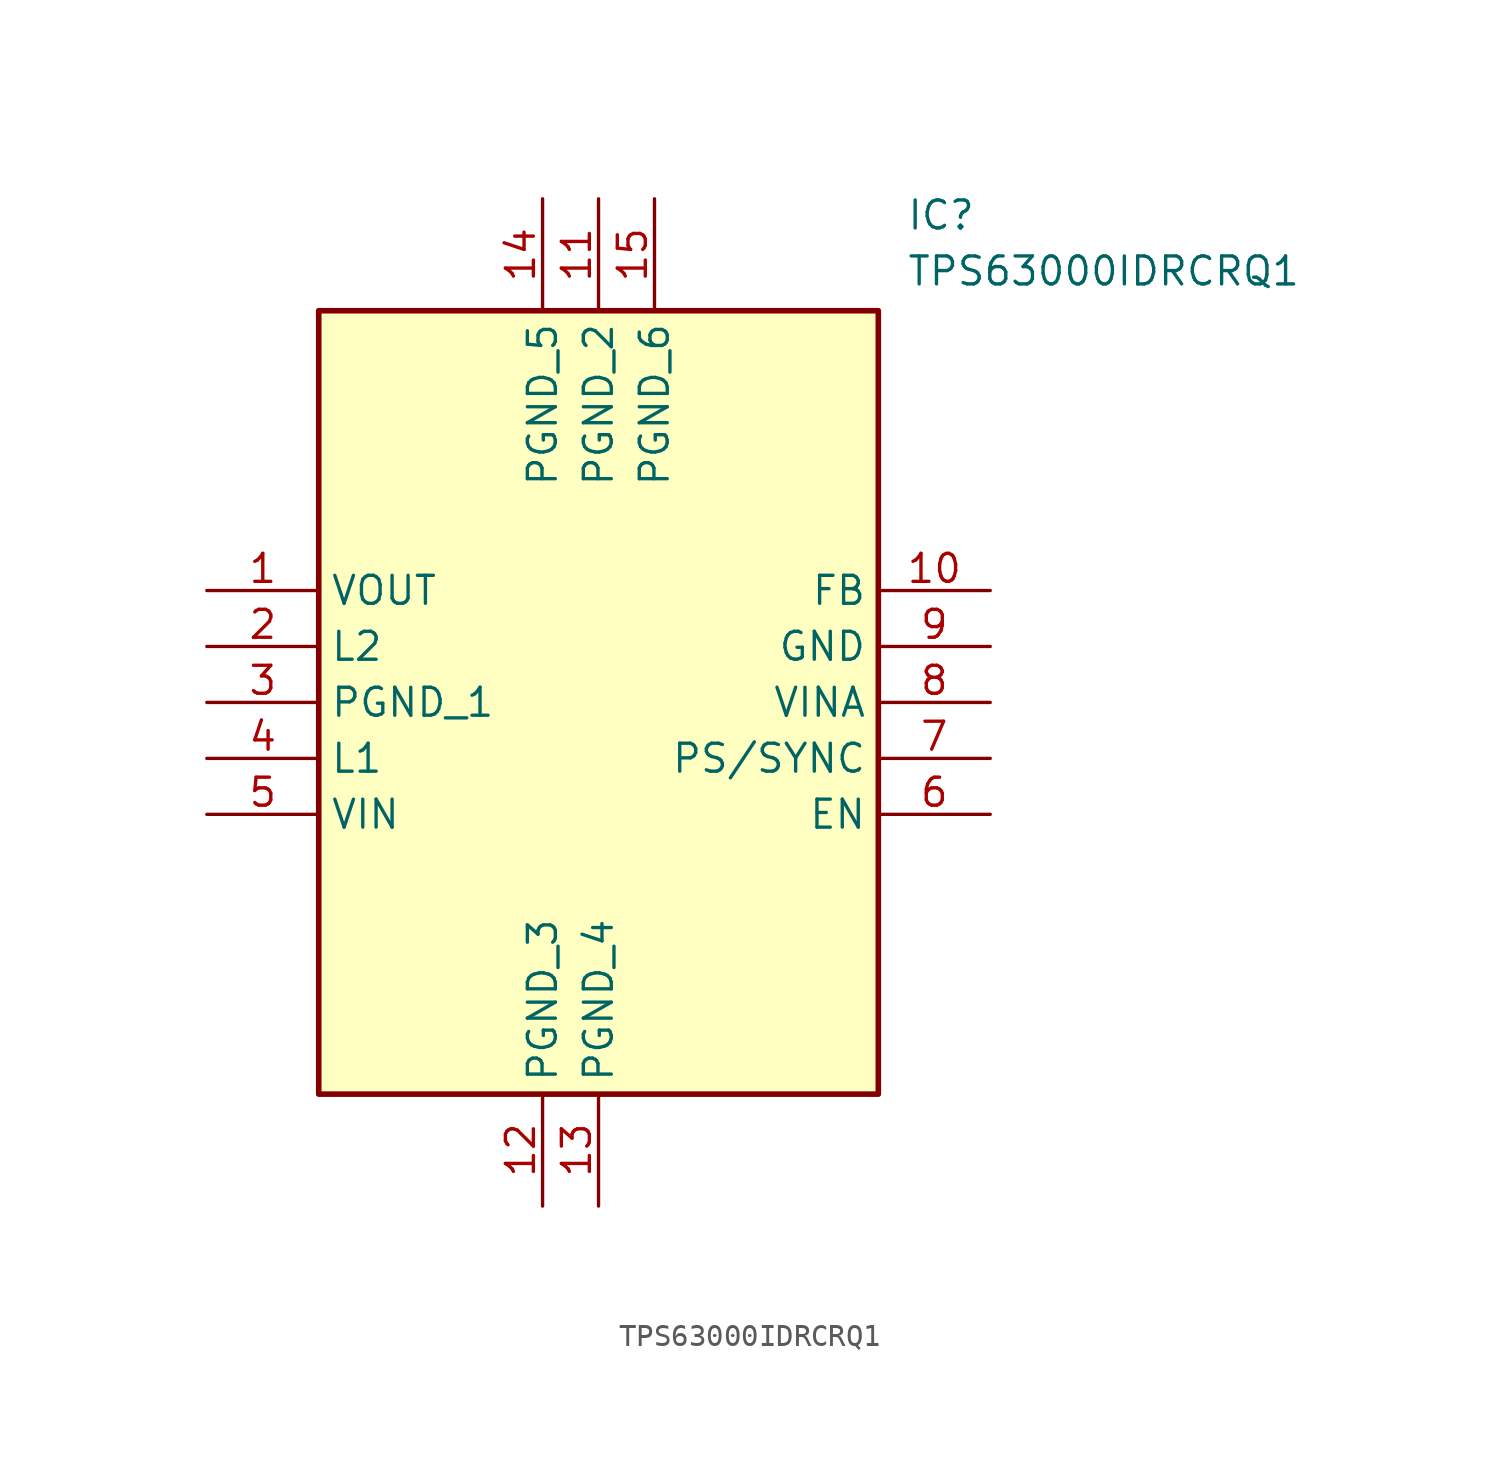
<source format=kicad_sym>
(kicad_symbol_lib
  (version 20211014)
  (generator SamacSys_ECAD_Model)
  (symbol "TPS63000IDRCRQ1"
    (property "Reference" "IC"
      (at 31.75 17.78 0)
      (effects (font (size 1.27 1.27)) (justify left top)))
    (property "Value" "TPS63000IDRCRQ1"
      (at 31.75 15.24 0)
      (effects (font (size 1.27 1.27)) (justify left top)))
    (rectangle
      (start 5.08 12.7)
      (end 30.48 -22.86)
      (stroke (width 0.254) (type default))
      (fill (type background)))
    (pin passive line
      (at 0 0 0)
      (length 5.08)
      (name "VOUT" (effects (font (size 1.27 1.27))))
      (number "1" (effects (font (size 1.27 1.27)))))
    (pin passive line
      (at 0 -2.54 0)
      (length 5.08)
      (name "L2" (effects (font (size 1.27 1.27))))
      (number "2" (effects (font (size 1.27 1.27)))))
    (pin passive line
      (at 0 -5.08 0)
      (length 5.08)
      (name "PGND_1" (effects (font (size 1.27 1.27))))
      (number "3" (effects (font (size 1.27 1.27)))))
    (pin passive line
      (at 0 -7.62 0)
      (length 5.08)
      (name "L1" (effects (font (size 1.27 1.27))))
      (number "4" (effects (font (size 1.27 1.27)))))
    (pin passive line
      (at 0 -10.16 0)
      (length 5.08)
      (name "VIN" (effects (font (size 1.27 1.27))))
      (number "5" (effects (font (size 1.27 1.27)))))
    (pin passive line
      (at 35.56 -10.16 180)
      (length 5.08)
      (name "EN" (effects (font (size 1.27 1.27))))
      (number "6" (effects (font (size 1.27 1.27)))))
    (pin passive line
      (at 35.56 -7.62 180)
      (length 5.08)
      (name "PS/SYNC" (effects (font (size 1.27 1.27))))
      (number "7" (effects (font (size 1.27 1.27)))))
    (pin passive line
      (at 35.56 -5.08 180)
      (length 5.08)
      (name "VINA" (effects (font (size 1.27 1.27))))
      (number "8" (effects (font (size 1.27 1.27)))))
    (pin passive line
      (at 35.56 -2.54 180)
      (length 5.08)
      (name "GND" (effects (font (size 1.27 1.27))))
      (number "9" (effects (font (size 1.27 1.27)))))
    (pin passive line
      (at 35.56 0 180)
      (length 5.08)
      (name "FB" (effects (font (size 1.27 1.27))))
      (number "10" (effects (font (size 1.27 1.27)))))
    (pin passive line
      (at 17.78 17.78 270)
      (length 5.08)
      (name "PGND_2" (effects (font (size 1.27 1.27))))
      (number "11" (effects (font (size 1.27 1.27)))))
    (pin passive line
      (at 15.24 -27.94 90)
      (length 5.08)
      (name "PGND_3" (effects (font (size 1.27 1.27))))
      (number "12" (effects (font (size 1.27 1.27)))))
    (pin passive line
      (at 17.78 -27.94 90)
      (length 5.08)
      (name "PGND_4" (effects (font (size 1.27 1.27))))
      (number "13" (effects (font (size 1.27 1.27)))))
    (pin passive line
      (at 15.24 17.78 270)
      (length 5.08)
      (name "PGND_5" (effects (font (size 1.27 1.27))))
      (number "14" (effects (font (size 1.27 1.27)))))
    (pin passive line
      (at 20.32 17.78 270)
      (length 5.08)
      (name "PGND_6" (effects (font (size 1.27 1.27))))
      (number "15" (effects (font (size 1.27 1.27)))))))
</source>
